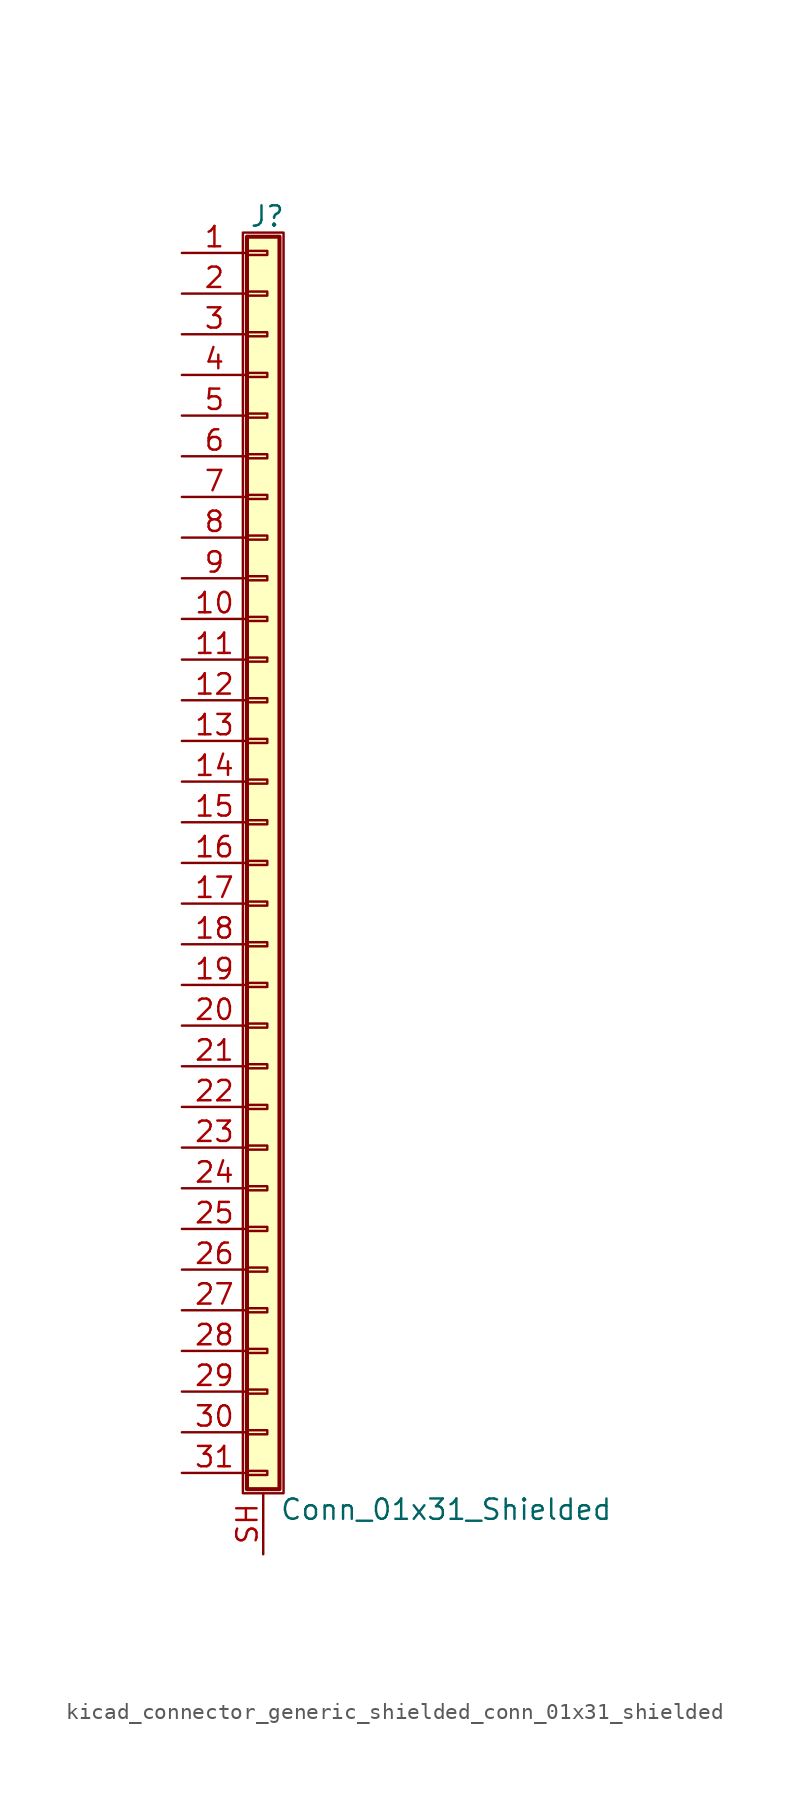
<source format=kicad_sym>
(kicad_symbol_lib
  (version 20220914)
  (generator kicad_symbol_editor)
  (symbol "kicad_connector_generic_shielded_conn_01x31_shielded"
    (pin_names
      (offset 1.016) hide)
    (property "Reference" "J"
      (at 0.254 40.386 0)
      (effects (font (size 1.27 1.27))))
    (property "Value" "Conn_01x31_Shielded"
      (at 1.016 -40.386 0)
      (effects (font (size 1.27 1.27)) (justify left)))
    (symbol "kicad_connector_generic_shielded_conn_01x31_shielded_1_1"
      (rectangle (start -1.27 39.37) (end 1.27 -39.37) (stroke (width 0.152) (type default)) (fill (type none)))
      (rectangle (start -1.016 -37.973) (end 0.254 -38.227) (stroke (width 0.152) (type default)) (fill (type none)))
      (rectangle (start -1.016 -35.433) (end 0.254 -35.687) (stroke (width 0.152) (type default)) (fill (type none)))
      (rectangle (start -1.016 -32.893) (end 0.254 -33.147) (stroke (width 0.152) (type default)) (fill (type none)))
      (rectangle (start -1.016 -30.353) (end 0.254 -30.607) (stroke (width 0.152) (type default)) (fill (type none)))
      (rectangle (start -1.016 -27.813) (end 0.254 -28.067) (stroke (width 0.152) (type default)) (fill (type none)))
      (rectangle (start -1.016 -25.273) (end 0.254 -25.527) (stroke (width 0.152) (type default)) (fill (type none)))
      (rectangle (start -1.016 -22.733) (end 0.254 -22.987) (stroke (width 0.152) (type default)) (fill (type none)))
      (rectangle (start -1.016 -20.193) (end 0.254 -20.447) (stroke (width 0.152) (type default)) (fill (type none)))
      (rectangle (start -1.016 -17.653) (end 0.254 -17.907) (stroke (width 0.152) (type default)) (fill (type none)))
      (rectangle (start -1.016 -15.113) (end 0.254 -15.367) (stroke (width 0.152) (type default)) (fill (type none)))
      (rectangle (start -1.016 -12.573) (end 0.254 -12.827) (stroke (width 0.152) (type default)) (fill (type none)))
      (rectangle (start -1.016 -10.033) (end 0.254 -10.287) (stroke (width 0.152) (type default)) (fill (type none)))
      (rectangle (start -1.016 -7.493) (end 0.254 -7.747) (stroke (width 0.152) (type default)) (fill (type none)))
      (rectangle (start -1.016 -4.953) (end 0.254 -5.207) (stroke (width 0.152) (type default)) (fill (type none)))
      (rectangle (start -1.016 -2.413) (end 0.254 -2.667) (stroke (width 0.152) (type default)) (fill (type none)))
      (rectangle (start -1.016 0.127) (end 0.254 -0.127) (stroke (width 0.152) (type default)) (fill (type none)))
      (rectangle (start -1.016 2.667) (end 0.254 2.413) (stroke (width 0.152) (type default)) (fill (type none)))
      (rectangle (start -1.016 5.207) (end 0.254 4.953) (stroke (width 0.152) (type default)) (fill (type none)))
      (rectangle (start -1.016 7.747) (end 0.254 7.493) (stroke (width 0.152) (type default)) (fill (type none)))
      (rectangle (start -1.016 10.287) (end 0.254 10.033) (stroke (width 0.152) (type default)) (fill (type none)))
      (rectangle (start -1.016 12.827) (end 0.254 12.573) (stroke (width 0.152) (type default)) (fill (type none)))
      (rectangle (start -1.016 15.367) (end 0.254 15.113) (stroke (width 0.152) (type default)) (fill (type none)))
      (rectangle (start -1.016 17.907) (end 0.254 17.653) (stroke (width 0.152) (type default)) (fill (type none)))
      (rectangle (start -1.016 20.447) (end 0.254 20.193) (stroke (width 0.152) (type default)) (fill (type none)))
      (rectangle (start -1.016 22.987) (end 0.254 22.733) (stroke (width 0.152) (type default)) (fill (type none)))
      (rectangle (start -1.016 25.527) (end 0.254 25.273) (stroke (width 0.152) (type default)) (fill (type none)))
      (rectangle (start -1.016 28.067) (end 0.254 27.813) (stroke (width 0.152) (type default)) (fill (type none)))
      (rectangle (start -1.016 30.607) (end 0.254 30.353) (stroke (width 0.152) (type default)) (fill (type none)))
      (rectangle (start -1.016 33.147) (end 0.254 32.893) (stroke (width 0.152) (type default)) (fill (type none)))
      (rectangle (start -1.016 35.687) (end 0.254 35.433) (stroke (width 0.152) (type default)) (fill (type none)))
      (rectangle (start -1.016 38.227) (end 0.254 37.973) (stroke (width 0.152) (type default)) (fill (type none)))
      (rectangle (start -1.016 39.116) (end 1.016 -39.116) (stroke (width 0.254) (type default)) (fill (type background)))
      (pin passive line (at -5.08 38.1 0) (length 4.064) (name "Pin_1" (effects (font (size 1.27 1.27)))) (number "1" (effects (font (size 1.27 1.27)))))
      (pin passive line (at -5.08 15.24 0) (length 4.064) (name "Pin_10" (effects (font (size 1.27 1.27)))) (number "10" (effects (font (size 1.27 1.27)))))
      (pin passive line (at -5.08 12.7 0) (length 4.064) (name "Pin_11" (effects (font (size 1.27 1.27)))) (number "11" (effects (font (size 1.27 1.27)))))
      (pin passive line (at -5.08 10.16 0) (length 4.064) (name "Pin_12" (effects (font (size 1.27 1.27)))) (number "12" (effects (font (size 1.27 1.27)))))
      (pin passive line (at -5.08 7.62 0) (length 4.064) (name "Pin_13" (effects (font (size 1.27 1.27)))) (number "13" (effects (font (size 1.27 1.27)))))
      (pin passive line (at -5.08 5.08 0) (length 4.064) (name "Pin_14" (effects (font (size 1.27 1.27)))) (number "14" (effects (font (size 1.27 1.27)))))
      (pin passive line (at -5.08 2.54 0) (length 4.064) (name "Pin_15" (effects (font (size 1.27 1.27)))) (number "15" (effects (font (size 1.27 1.27)))))
      (pin passive line (at -5.08 0 0) (length 4.064) (name "Pin_16" (effects (font (size 1.27 1.27)))) (number "16" (effects (font (size 1.27 1.27)))))
      (pin passive line (at -5.08 -2.54 0) (length 4.064) (name "Pin_17" (effects (font (size 1.27 1.27)))) (number "17" (effects (font (size 1.27 1.27)))))
      (pin passive line (at -5.08 -5.08 0) (length 4.064) (name "Pin_18" (effects (font (size 1.27 1.27)))) (number "18" (effects (font (size 1.27 1.27)))))
      (pin passive line (at -5.08 -7.62 0) (length 4.064) (name "Pin_19" (effects (font (size 1.27 1.27)))) (number "19" (effects (font (size 1.27 1.27)))))
      (pin passive line (at -5.08 35.56 0) (length 4.064) (name "Pin_2" (effects (font (size 1.27 1.27)))) (number "2" (effects (font (size 1.27 1.27)))))
      (pin passive line (at -5.08 -10.16 0) (length 4.064) (name "Pin_20" (effects (font (size 1.27 1.27)))) (number "20" (effects (font (size 1.27 1.27)))))
      (pin passive line (at -5.08 -12.7 0) (length 4.064) (name "Pin_21" (effects (font (size 1.27 1.27)))) (number "21" (effects (font (size 1.27 1.27)))))
      (pin passive line (at -5.08 -15.24 0) (length 4.064) (name "Pin_22" (effects (font (size 1.27 1.27)))) (number "22" (effects (font (size 1.27 1.27)))))
      (pin passive line (at -5.08 -17.78 0) (length 4.064) (name "Pin_23" (effects (font (size 1.27 1.27)))) (number "23" (effects (font (size 1.27 1.27)))))
      (pin passive line (at -5.08 -20.32 0) (length 4.064) (name "Pin_24" (effects (font (size 1.27 1.27)))) (number "24" (effects (font (size 1.27 1.27)))))
      (pin passive line (at -5.08 -22.86 0) (length 4.064) (name "Pin_25" (effects (font (size 1.27 1.27)))) (number "25" (effects (font (size 1.27 1.27)))))
      (pin passive line (at -5.08 -25.4 0) (length 4.064) (name "Pin_26" (effects (font (size 1.27 1.27)))) (number "26" (effects (font (size 1.27 1.27)))))
      (pin passive line (at -5.08 -27.94 0) (length 4.064) (name "Pin_27" (effects (font (size 1.27 1.27)))) (number "27" (effects (font (size 1.27 1.27)))))
      (pin passive line (at -5.08 -30.48 0) (length 4.064) (name "Pin_28" (effects (font (size 1.27 1.27)))) (number "28" (effects (font (size 1.27 1.27)))))
      (pin passive line (at -5.08 -33.02 0) (length 4.064) (name "Pin_29" (effects (font (size 1.27 1.27)))) (number "29" (effects (font (size 1.27 1.27)))))
      (pin passive line (at -5.08 33.02 0) (length 4.064) (name "Pin_3" (effects (font (size 1.27 1.27)))) (number "3" (effects (font (size 1.27 1.27)))))
      (pin passive line (at -5.08 -35.56 0) (length 4.064) (name "Pin_30" (effects (font (size 1.27 1.27)))) (number "30" (effects (font (size 1.27 1.27)))))
      (pin passive line (at -5.08 -38.1 0) (length 4.064) (name "Pin_31" (effects (font (size 1.27 1.27)))) (number "31" (effects (font (size 1.27 1.27)))))
      (pin passive line (at -5.08 30.48 0) (length 4.064) (name "Pin_4" (effects (font (size 1.27 1.27)))) (number "4" (effects (font (size 1.27 1.27)))))
      (pin passive line (at -5.08 27.94 0) (length 4.064) (name "Pin_5" (effects (font (size 1.27 1.27)))) (number "5" (effects (font (size 1.27 1.27)))))
      (pin passive line (at -5.08 25.4 0) (length 4.064) (name "Pin_6" (effects (font (size 1.27 1.27)))) (number "6" (effects (font (size 1.27 1.27)))))
      (pin passive line (at -5.08 22.86 0) (length 4.064) (name "Pin_7" (effects (font (size 1.27 1.27)))) (number "7" (effects (font (size 1.27 1.27)))))
      (pin passive line (at -5.08 20.32 0) (length 4.064) (name "Pin_8" (effects (font (size 1.27 1.27)))) (number "8" (effects (font (size 1.27 1.27)))))
      (pin passive line (at -5.08 17.78 0) (length 4.064) (name "Pin_9" (effects (font (size 1.27 1.27)))) (number "9" (effects (font (size 1.27 1.27)))))
      (pin passive line (at 0 -43.18 90) (length 3.81) (name "Shield" (effects (font (size 1.27 1.27)))) (number "SH" (effects (font (size 1.27 1.27))))))))
</source>
